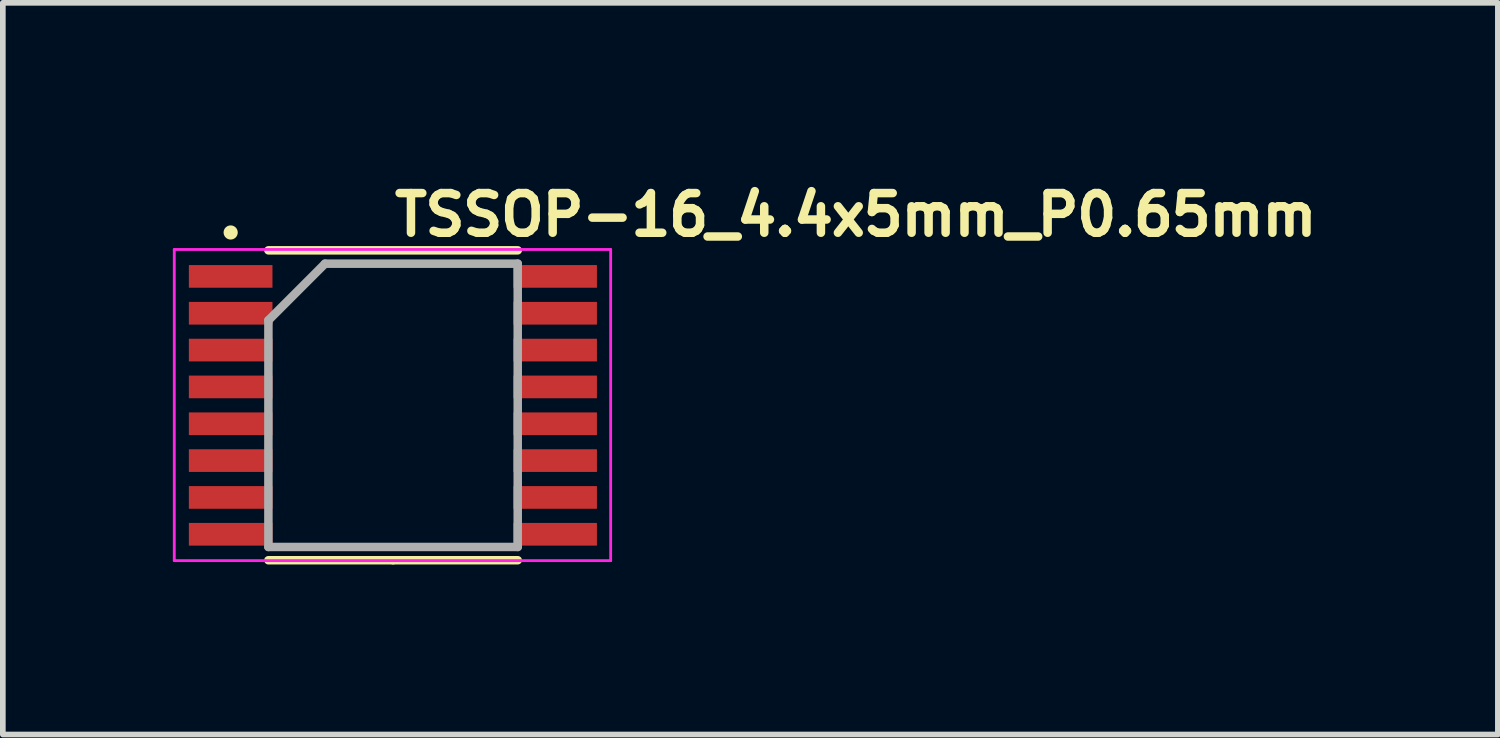
<source format=kicad_pcb>
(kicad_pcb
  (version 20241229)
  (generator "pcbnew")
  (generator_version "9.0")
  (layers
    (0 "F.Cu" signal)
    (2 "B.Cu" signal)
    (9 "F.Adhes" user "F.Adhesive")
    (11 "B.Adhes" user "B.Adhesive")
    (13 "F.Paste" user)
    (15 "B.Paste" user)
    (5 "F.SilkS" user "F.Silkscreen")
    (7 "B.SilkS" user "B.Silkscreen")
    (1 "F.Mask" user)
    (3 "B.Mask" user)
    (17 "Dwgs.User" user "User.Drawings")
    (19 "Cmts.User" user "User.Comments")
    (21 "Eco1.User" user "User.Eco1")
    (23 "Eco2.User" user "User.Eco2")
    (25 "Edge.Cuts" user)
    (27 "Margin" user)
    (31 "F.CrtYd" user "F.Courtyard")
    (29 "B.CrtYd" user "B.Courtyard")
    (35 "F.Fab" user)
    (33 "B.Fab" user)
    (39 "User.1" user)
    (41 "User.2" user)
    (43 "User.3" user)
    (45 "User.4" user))
  (footprint "TSSOP-16_4.4x5mm_P0.65mm"
    (layer "F.Cu")
    (at 3.835 4.102)
    (property "Reference" "TSSOP-16_4.4x5mm_P0.65mm" (at 0.001 -2.952 0) (layer "F.SilkS") (effects (font (size 0.7 0.7) (thickness 0.15)) (justify left bottom)))
    (attr smd)
    (fp_line (start -2.149 -2.735) (end 2.25 -2.735) (stroke (width 0.15) (type solid)) (layer "F.SilkS"))
    (fp_line (start 0.051 2.733) (end -2.149 2.733) (stroke (width 0.15) (type solid)) (layer "F.SilkS"))
    (fp_line (start 0.051 2.733) (end 2.25 2.733) (stroke (width 0.15) (type solid)) (layer "F.SilkS"))
    (fp_circle (center -2.815 -3.05) (end -2.765 -3.05) (stroke (width 0.15) (type solid)) (fill yes) (layer "F.SilkS"))
    (fp_line (start -3.81 -2.75) (end -3.81 2.74) (stroke (width 0.05) (type solid)) (layer "F.CrtYd"))
    (fp_line (start -3.81 2.74) (end 3.89 2.74) (stroke (width 0.05) (type solid)) (layer "F.CrtYd"))
    (fp_line (start 3.89 -2.75) (end -3.81 -2.75) (stroke (width 0.05) (type solid)) (layer "F.CrtYd"))
    (fp_line (start 3.89 2.74) (end 3.89 -2.75) (stroke (width 0.05) (type solid)) (layer "F.CrtYd"))
    (fp_line (start -2.149 -1.5) (end -1.15 -2.5) (stroke (width 0.15) (type solid)) (layer "F.Fab"))
    (fp_line (start -2.149 2.499) (end -2.149 -1.5) (stroke (width 0.15) (type solid)) (layer "F.Fab"))
    (fp_line (start -1.15 -2.5) (end 2.25 -2.5) (stroke (width 0.15) (type solid)) (layer "F.Fab"))
    (fp_line (start 2.25 -2.5) (end 2.25 2.499) (stroke (width 0.15) (type solid)) (layer "F.Fab"))
    (fp_line (start 2.25 2.499) (end -2.149 2.499) (stroke (width 0.15) (type solid)) (layer "F.Fab"))
    (fp_rect (start -3.201 -2.5) (end 3.201 2.499) (stroke (width 0.1) (type solid)) (fill no) (layer "User.5"))
    (fp_line (start -3.201 -2.153) (end -3.201 -2.399) (stroke (width 0.02) (type solid)) (layer "User.9"))
    (fp_line (start -3.201 -1.504) (end -3.201 -1.748) (stroke (width 0.02) (type solid)) (layer "User.9"))
    (fp_line (start -3.201 -0.853) (end -3.201 -1.099) (stroke (width 0.02) (type solid)) (layer "User.9"))
    (fp_line (start -3.201 -0.204) (end -3.201 -0.448) (stroke (width 0.02) (type solid)) (layer "User.9"))
    (fp_line (start -3.201 0.446) (end -3.201 0.202) (stroke (width 0.02) (type solid)) (layer "User.9"))
    (fp_line (start -3.201 1.096) (end -3.201 0.851) (stroke (width 0.02) (type solid)) (layer "User.9"))
    (fp_line (start -3.201 1.747) (end -3.201 1.501) (stroke (width 0.02) (type solid)) (layer "User.9"))
    (fp_line (start -3.201 2.397) (end -3.201 2.152) (stroke (width 0.02) (type solid)) (layer "User.9"))
    (fp_line (start -2.826 -2.399) (end -3.201 -2.399) (stroke (width 0.02) (type solid)) (layer "User.9"))
    (fp_line (start -2.826 -2.153) (end -3.201 -2.153) (stroke (width 0.02) (type solid)) (layer "User.9"))
    (fp_line (start -2.826 -1.748) (end -3.201 -1.748) (stroke (width 0.02) (type solid)) (layer "User.9"))
    (fp_line (start -2.826 -1.504) (end -3.201 -1.504) (stroke (width 0.02) (type solid)) (layer "User.9"))
    (fp_line (start -2.826 -1.099) (end -3.201 -1.099) (stroke (width 0.02) (type solid)) (layer "User.9"))
    (fp_line (start -2.826 -0.853) (end -3.201 -0.853) (stroke (width 0.02) (type solid)) (layer "User.9"))
    (fp_line (start -2.826 -0.448) (end -3.201 -0.448) (stroke (width 0.02) (type solid)) (layer "User.9"))
    (fp_line (start -2.826 -0.204) (end -3.201 -0.204) (stroke (width 0.02) (type solid)) (layer "User.9"))
    (fp_line (start -2.826 0.202) (end -3.201 0.202) (stroke (width 0.02) (type solid)) (layer "User.9"))
    (fp_line (start -2.826 0.446) (end -3.201 0.446) (stroke (width 0.02) (type solid)) (layer "User.9"))
    (fp_line (start -2.826 0.851) (end -3.201 0.851) (stroke (width 0.02) (type solid)) (layer "User.9"))
    (fp_line (start -2.826 1.096) (end -3.201 1.096) (stroke (width 0.02) (type solid)) (layer "User.9"))
    (fp_line (start -2.826 1.501) (end -3.201 1.501) (stroke (width 0.02) (type solid)) (layer "User.9"))
    (fp_line (start -2.826 1.747) (end -3.201 1.747) (stroke (width 0.02) (type solid)) (layer "User.9"))
    (fp_line (start -2.826 2.152) (end -3.201 2.152) (stroke (width 0.02) (type solid)) (layer "User.9"))
    (fp_line (start -2.826 2.397) (end -3.201 2.397) (stroke (width 0.02) (type solid)) (layer "User.9"))
    (fp_line (start -2.724 -2.399) (end -2.826 -2.399) (stroke (width 0.02) (type solid)) (layer "User.9"))
    (fp_line (start -2.724 -2.153) (end -2.826 -2.153) (stroke (width 0.02) (type solid)) (layer "User.9"))
    (fp_line (start -2.724 -1.748) (end -2.826 -1.748) (stroke (width 0.02) (type solid)) (layer "User.9"))
    (fp_line (start -2.724 -1.504) (end -2.826 -1.504) (stroke (width 0.02) (type solid)) (layer "User.9"))
    (fp_line (start -2.724 -1.099) (end -2.826 -1.099) (stroke (width 0.02) (type solid)) (layer "User.9"))
    (fp_line (start -2.724 -0.853) (end -2.826 -0.853) (stroke (width 0.02) (type solid)) (layer "User.9"))
    (fp_line (start -2.724 -0.448) (end -2.826 -0.448) (stroke (width 0.02) (type solid)) (layer "User.9"))
    (fp_line (start -2.724 -0.204) (end -2.826 -0.204) (stroke (width 0.02) (type solid)) (layer "User.9"))
    (fp_line (start -2.724 0.202) (end -2.826 0.202) (stroke (width 0.02) (type solid)) (layer "User.9"))
    (fp_line (start -2.724 0.446) (end -2.826 0.446) (stroke (width 0.02) (type solid)) (layer "User.9"))
    (fp_line (start -2.724 0.851) (end -2.826 0.851) (stroke (width 0.02) (type solid)) (layer "User.9"))
    (fp_line (start -2.724 1.096) (end -2.826 1.096) (stroke (width 0.02) (type solid)) (layer "User.9"))
    (fp_line (start -2.724 1.501) (end -2.826 1.501) (stroke (width 0.02) (type solid)) (layer "User.9"))
    (fp_line (start -2.724 1.747) (end -2.826 1.747) (stroke (width 0.02) (type solid)) (layer "User.9"))
    (fp_line (start -2.724 2.152) (end -2.826 2.152) (stroke (width 0.02) (type solid)) (layer "User.9"))
    (fp_line (start -2.724 2.397) (end -2.826 2.397) (stroke (width 0.02) (type solid)) (layer "User.9"))
    (fp_line (start -2.688 -2.399) (end -2.724 -2.399) (stroke (width 0.02) (type solid)) (layer "User.9"))
    (fp_line (start -2.688 -2.153) (end -2.724 -2.153) (stroke (width 0.02) (type solid)) (layer "User.9"))
    (fp_line (start -2.688 -1.748) (end -2.724 -1.748) (stroke (width 0.02) (type solid)) (layer "User.9"))
    (fp_line (start -2.688 -1.504) (end -2.724 -1.504) (stroke (width 0.02) (type solid)) (layer "User.9"))
    (fp_line (start -2.688 -1.099) (end -2.724 -1.099) (stroke (width 0.02) (type solid)) (layer "User.9"))
    (fp_line (start -2.688 -0.853) (end -2.724 -0.853) (stroke (width 0.02) (type solid)) (layer "User.9"))
    (fp_line (start -2.688 -0.448) (end -2.724 -0.448) (stroke (width 0.02) (type solid)) (layer "User.9"))
    (fp_line (start -2.688 -0.204) (end -2.724 -0.204) (stroke (width 0.02) (type solid)) (layer "User.9"))
    (fp_line (start -2.688 0.202) (end -2.724 0.202) (stroke (width 0.02) (type solid)) (layer "User.9"))
    (fp_line (start -2.688 0.446) (end -2.724 0.446) (stroke (width 0.02) (type solid)) (layer "User.9"))
    (fp_line (start -2.688 0.851) (end -2.724 0.851) (stroke (width 0.02) (type solid)) (layer "User.9"))
    (fp_line (start -2.688 1.096) (end -2.724 1.096) (stroke (width 0.02) (type solid)) (layer "User.9"))
    (fp_line (start -2.688 1.501) (end -2.724 1.501) (stroke (width 0.02) (type solid)) (layer "User.9"))
    (fp_line (start -2.688 1.747) (end -2.724 1.747) (stroke (width 0.02) (type solid)) (layer "User.9"))
    (fp_line (start -2.688 2.152) (end -2.724 2.152) (stroke (width 0.02) (type solid)) (layer "User.9"))
    (fp_line (start -2.688 2.397) (end -2.724 2.397) (stroke (width 0.02) (type solid)) (layer "User.9"))
    (fp_line (start -2.43 -2.399) (end -2.688 -2.399) (stroke (width 0.02) (type solid)) (layer "User.9"))
    (fp_line (start -2.43 -2.153) (end -2.688 -2.153) (stroke (width 0.02) (type solid)) (layer "User.9"))
    (fp_line (start -2.43 -1.748) (end -2.688 -1.748) (stroke (width 0.02) (type solid)) (layer "User.9"))
    (fp_line (start -2.43 -1.504) (end -2.688 -1.504) (stroke (width 0.02) (type solid)) (layer "User.9"))
    (fp_line (start -2.43 -1.099) (end -2.688 -1.099) (stroke (width 0.02) (type solid)) (layer "User.9"))
    (fp_line (start -2.43 -0.853) (end -2.688 -0.853) (stroke (width 0.02) (type solid)) (layer "User.9"))
    (fp_line (start -2.43 -0.448) (end -2.688 -0.448) (stroke (width 0.02) (type solid)) (layer "User.9"))
    (fp_line (start -2.43 -0.204) (end -2.688 -0.204) (stroke (width 0.02) (type solid)) (layer "User.9"))
    (fp_line (start -2.43 0.202) (end -2.688 0.202) (stroke (width 0.02) (type solid)) (layer "User.9"))
    (fp_line (start -2.43 0.446) (end -2.688 0.446) (stroke (width 0.02) (type solid)) (layer "User.9"))
    (fp_line (start -2.43 0.851) (end -2.688 0.851) (stroke (width 0.02) (type solid)) (layer "User.9"))
    (fp_line (start -2.43 1.096) (end -2.688 1.096) (stroke (width 0.02) (type solid)) (layer "User.9"))
    (fp_line (start -2.43 1.501) (end -2.688 1.501) (stroke (width 0.02) (type solid)) (layer "User.9"))
    (fp_line (start -2.43 1.747) (end -2.688 1.747) (stroke (width 0.02) (type solid)) (layer "User.9"))
    (fp_line (start -2.43 2.152) (end -2.688 2.152) (stroke (width 0.02) (type solid)) (layer "User.9"))
    (fp_line (start -2.43 2.397) (end -2.688 2.397) (stroke (width 0.02) (type solid)) (layer "User.9"))
    (fp_line (start -2.201 -2.5) (end -2.201 2.499) (stroke (width 0.02) (type solid)) (layer "User.9"))
    (fp_line (start -2.201 -2.399) (end -2.43 -2.399) (stroke (width 0.02) (type solid)) (layer "User.9"))
    (fp_line (start -2.201 -2.153) (end -2.43 -2.153) (stroke (width 0.02) (type solid)) (layer "User.9"))
    (fp_line (start -2.201 -2.153) (end -2.201 -2.399) (stroke (width 0.02) (type solid)) (layer "User.9"))
    (fp_line (start -2.201 -1.748) (end -2.43 -1.748) (stroke (width 0.02) (type solid)) (layer "User.9"))
    (fp_line (start -2.201 -1.504) (end -2.43 -1.504) (stroke (width 0.02) (type solid)) (layer "User.9"))
    (fp_line (start -2.201 -1.504) (end -2.201 -1.748) (stroke (width 0.02) (type solid)) (layer "User.9"))
    (fp_line (start -2.201 -1.099) (end -2.43 -1.099) (stroke (width 0.02) (type solid)) (layer "User.9"))
    (fp_line (start -2.201 -0.853) (end -2.43 -0.853) (stroke (width 0.02) (type solid)) (layer "User.9"))
    (fp_line (start -2.201 -0.853) (end -2.201 -1.099) (stroke (width 0.02) (type solid)) (layer "User.9"))
    (fp_line (start -2.201 -0.448) (end -2.43 -0.448) (stroke (width 0.02) (type solid)) (layer "User.9"))
    (fp_line (start -2.201 -0.204) (end -2.43 -0.204) (stroke (width 0.02) (type solid)) (layer "User.9"))
    (fp_line (start -2.201 -0.204) (end -2.201 -0.448) (stroke (width 0.02) (type solid)) (layer "User.9"))
    (fp_line (start -2.201 0.202) (end -2.43 0.202) (stroke (width 0.02) (type solid)) (layer "User.9"))
    (fp_line (start -2.201 0.446) (end -2.43 0.446) (stroke (width 0.02) (type solid)) (layer "User.9"))
    (fp_line (start -2.201 0.446) (end -2.201 0.202) (stroke (width 0.02) (type solid)) (layer "User.9"))
    (fp_line (start -2.201 0.851) (end -2.43 0.851) (stroke (width 0.02) (type solid)) (layer "User.9"))
    (fp_line (start -2.201 1.096) (end -2.43 1.096) (stroke (width 0.02) (type solid)) (layer "User.9"))
    (fp_line (start -2.201 1.096) (end -2.201 0.851) (stroke (width 0.02) (type solid)) (layer "User.9"))
    (fp_line (start -2.201 1.501) (end -2.43 1.501) (stroke (width 0.02) (type solid)) (layer "User.9"))
    (fp_line (start -2.201 1.747) (end -2.43 1.747) (stroke (width 0.02) (type solid)) (layer "User.9"))
    (fp_line (start -2.201 1.747) (end -2.201 1.501) (stroke (width 0.02) (type solid)) (layer "User.9"))
    (fp_line (start -2.201 2.152) (end -2.43 2.152) (stroke (width 0.02) (type solid)) (layer "User.9"))
    (fp_line (start -2.201 2.397) (end -2.43 2.397) (stroke (width 0.02) (type solid)) (layer "User.9"))
    (fp_line (start -2.201 2.397) (end -2.201 2.152) (stroke (width 0.02) (type solid)) (layer "User.9"))
    (fp_line (start -2.201 2.499) (end 2.201 2.499) (stroke (width 0.02) (type solid)) (layer "User.9"))
    (fp_line (start -2.136 -2.437) (end -2.201 -2.5) (stroke (width 0.02) (type solid)) (layer "User.9"))
    (fp_line (start -2.136 -2.437) (end -2.136 2.435) (stroke (width 0.02) (type solid)) (layer "User.9"))
    (fp_line (start -2.136 2.435) (end -2.201 2.499) (stroke (width 0.02) (type solid)) (layer "User.9"))
    (fp_line (start -2.136 2.435) (end 2.137 2.435) (stroke (width 0.02) (type solid)) (layer "User.9"))
    (fp_line (start -1.775 -1.819) (end -1.775 -1.801) (stroke (width 0.02) (type solid)) (layer "User.9"))
    (fp_line (start -1.775 -1.819) (end -1.775 -1.801) (stroke (width 0.02) (type solid)) (layer "User.9"))
    (fp_line (start -1.775 -1.801) (end -1.775 -1.784) (stroke (width 0.02) (type solid)) (layer "User.9"))
    (fp_line (start -1.775 -1.801) (end -1.775 -1.784) (stroke (width 0.02) (type solid)) (layer "User.9"))
    (fp_line (start -1.775 -1.784) (end -1.773 -1.766) (stroke (width 0.02) (type solid)) (layer "User.9"))
    (fp_line (start -1.775 -1.784) (end -1.773 -1.766) (stroke (width 0.02) (type solid)) (layer "User.9"))
    (fp_line (start -1.773 -1.837) (end -1.775 -1.819) (stroke (width 0.02) (type solid)) (layer "User.9"))
    (fp_line (start -1.773 -1.837) (end -1.775 -1.819) (stroke (width 0.02) (type solid)) (layer "User.9"))
    (fp_line (start -1.773 -1.766) (end -1.769 -1.748) (stroke (width 0.02) (type solid)) (layer "User.9"))
    (fp_line (start -1.773 -1.766) (end -1.769 -1.748) (stroke (width 0.02) (type solid)) (layer "User.9"))
    (fp_line (start -1.769 -1.855) (end -1.773 -1.837) (stroke (width 0.02) (type solid)) (layer "User.9"))
    (fp_line (start -1.769 -1.855) (end -1.773 -1.837) (stroke (width 0.02) (type solid)) (layer "User.9"))
    (fp_line (start -1.769 -1.748) (end -1.765 -1.73) (stroke (width 0.02) (type solid)) (layer "User.9"))
    (fp_line (start -1.769 -1.748) (end -1.765 -1.73) (stroke (width 0.02) (type solid)) (layer "User.9"))
    (fp_line (start -1.765 -1.871) (end -1.769 -1.855) (stroke (width 0.02) (type solid)) (layer "User.9"))
    (fp_line (start -1.765 -1.871) (end -1.769 -1.855) (stroke (width 0.02) (type solid)) (layer "User.9"))
    (fp_line (start -1.765 -1.73) (end -1.761 -1.714) (stroke (width 0.02) (type solid)) (layer "User.9"))
    (fp_line (start -1.765 -1.73) (end -1.761 -1.714) (stroke (width 0.02) (type solid)) (layer "User.9"))
    (fp_line (start -1.761 -1.889) (end -1.765 -1.871) (stroke (width 0.02) (type solid)) (layer "User.9"))
    (fp_line (start -1.761 -1.889) (end -1.765 -1.871) (stroke (width 0.02) (type solid)) (layer "User.9"))
    (fp_line (start -1.761 -1.714) (end -1.755 -1.696) (stroke (width 0.02) (type solid)) (layer "User.9"))
    (fp_line (start -1.761 -1.714) (end -1.755 -1.696) (stroke (width 0.02) (type solid)) (layer "User.9"))
    (fp_line (start -1.755 -1.905) (end -1.761 -1.889) (stroke (width 0.02) (type solid)) (layer "User.9"))
    (fp_line (start -1.755 -1.905) (end -1.761 -1.889) (stroke (width 0.02) (type solid)) (layer "User.9"))
    (fp_line (start -1.755 -1.696) (end -1.747 -1.68) (stroke (width 0.02) (type solid)) (layer "User.9"))
    (fp_line (start -1.755 -1.696) (end -1.747 -1.68) (stroke (width 0.02) (type solid)) (layer "User.9"))
    (fp_line (start -1.747 -1.922) (end -1.755 -1.905) (stroke (width 0.02) (type solid)) (layer "User.9"))
    (fp_line (start -1.747 -1.922) (end -1.755 -1.905) (stroke (width 0.02) (type solid)) (layer "User.9"))
    (fp_line (start -1.747 -1.68) (end -1.739 -1.663) (stroke (width 0.02) (type solid)) (layer "User.9"))
    (fp_line (start -1.747 -1.68) (end -1.739 -1.663) (stroke (width 0.02) (type solid)) (layer "User.9"))
    (fp_line (start -1.739 -1.938) (end -1.747 -1.922) (stroke (width 0.02) (type solid)) (layer "User.9"))
    (fp_line (start -1.739 -1.938) (end -1.747 -1.922) (stroke (width 0.02) (type solid)) (layer "User.9"))
    (fp_line (start -1.739 -1.938) (end -1.739 -1.938) (stroke (width 0.02) (type solid)) (layer "User.9"))
    (fp_line (start -1.739 -1.938) (end -1.739 -1.938) (stroke (width 0.02) (type solid)) (layer "User.9"))
    (fp_line (start -1.739 -1.663) (end -1.739 -1.663) (stroke (width 0.02) (type solid)) (layer "User.9"))
    (fp_line (start -1.739 -1.663) (end -1.739 -1.663) (stroke (width 0.02) (type solid)) (layer "User.9"))
    (fp_line (start -1.739 -1.663) (end -1.733 -1.655) (stroke (width 0.02) (type solid)) (layer "User.9"))
    (fp_line (start -1.739 -1.663) (end -1.733 -1.655) (stroke (width 0.02) (type solid)) (layer "User.9"))
    (fp_line (start -1.733 -1.655) (end -1.729 -1.647) (stroke (width 0.02) (type solid)) (layer "User.9"))
    (fp_line (start -1.733 -1.655) (end -1.729 -1.647) (stroke (width 0.02) (type solid)) (layer "User.9"))
    (fp_line (start -1.729 -1.954) (end -1.739 -1.938) (stroke (width 0.02) (type solid)) (layer "User.9"))
    (fp_line (start -1.729 -1.954) (end -1.739 -1.938) (stroke (width 0.02) (type solid)) (layer "User.9"))
    (fp_line (start -1.729 -1.647) (end -1.723 -1.641) (stroke (width 0.02) (type solid)) (layer "User.9"))
    (fp_line (start -1.729 -1.647) (end -1.723 -1.641) (stroke (width 0.02) (type solid)) (layer "User.9"))
    (fp_line (start -1.723 -1.641) (end -1.717 -1.633) (stroke (width 0.02) (type solid)) (layer "User.9"))
    (fp_line (start -1.723 -1.641) (end -1.717 -1.633) (stroke (width 0.02) (type solid)) (layer "User.9"))
    (fp_line (start -1.717 -1.968) (end -1.729 -1.954) (stroke (width 0.02) (type solid)) (layer "User.9"))
    (fp_line (start -1.717 -1.968) (end -1.729 -1.954) (stroke (width 0.02) (type solid)) (layer "User.9"))
    (fp_line (start -1.717 -1.633) (end -1.713 -1.627) (stroke (width 0.02) (type solid)) (layer "User.9"))
    (fp_line (start -1.717 -1.633) (end -1.713 -1.627) (stroke (width 0.02) (type solid)) (layer "User.9"))
    (fp_line (start -1.713 -1.627) (end -1.707 -1.619) (stroke (width 0.02) (type solid)) (layer "User.9"))
    (fp_line (start -1.713 -1.627) (end -1.707 -1.619) (stroke (width 0.02) (type solid)) (layer "User.9"))
    (fp_line (start -1.707 -1.982) (end -1.717 -1.968) (stroke (width 0.02) (type solid)) (layer "User.9"))
    (fp_line (start -1.707 -1.982) (end -1.717 -1.968) (stroke (width 0.02) (type solid)) (layer "User.9"))
    (fp_line (start -1.707 -1.619) (end -1.701 -1.613) (stroke (width 0.02) (type solid)) (layer "User.9"))
    (fp_line (start -1.707 -1.619) (end -1.701 -1.613) (stroke (width 0.02) (type solid)) (layer "User.9"))
    (fp_line (start -1.701 -1.613) (end -1.695 -1.607) (stroke (width 0.02) (type solid)) (layer "User.9"))
    (fp_line (start -1.701 -1.613) (end -1.695 -1.607) (stroke (width 0.02) (type solid)) (layer "User.9"))
    (fp_line (start -1.695 -1.996) (end -1.707 -1.982) (stroke (width 0.02) (type solid)) (layer "User.9"))
    (fp_line (start -1.695 -1.996) (end -1.707 -1.982) (stroke (width 0.02) (type solid)) (layer "User.9"))
    (fp_line (start -1.695 -1.607) (end -1.687 -1.599) (stroke (width 0.02) (type solid)) (layer "User.9"))
    (fp_line (start -1.695 -1.607) (end -1.687 -1.599) (stroke (width 0.02) (type solid)) (layer "User.9"))
    (fp_line (start -1.687 -1.599) (end -1.681 -1.593) (stroke (width 0.02) (type solid)) (layer "User.9"))
    (fp_line (start -1.687 -1.599) (end -1.681 -1.593) (stroke (width 0.02) (type solid)) (layer "User.9"))
    (fp_line (start -1.681 -2.008) (end -1.695 -1.996) (stroke (width 0.02) (type solid)) (layer "User.9"))
    (fp_line (start -1.681 -2.008) (end -1.695 -1.996) (stroke (width 0.02) (type solid)) (layer "User.9"))
    (fp_line (start -1.681 -1.593) (end -1.675 -1.589) (stroke (width 0.02) (type solid)) (layer "User.9"))
    (fp_line (start -1.681 -1.593) (end -1.675 -1.589) (stroke (width 0.02) (type solid)) (layer "User.9"))
    (fp_line (start -1.675 -1.589) (end -1.667 -1.583) (stroke (width 0.02) (type solid)) (layer "User.9"))
    (fp_line (start -1.675 -1.589) (end -1.667 -1.583) (stroke (width 0.02) (type solid)) (layer "User.9"))
    (fp_line (start -1.667 -2.02) (end -1.681 -2.008) (stroke (width 0.02) (type solid)) (layer "User.9"))
    (fp_line (start -1.667 -2.02) (end -1.681 -2.008) (stroke (width 0.02) (type solid)) (layer "User.9"))
    (fp_line (start -1.667 -1.583) (end -1.66 -1.577) (stroke (width 0.02) (type solid)) (layer "User.9"))
    (fp_line (start -1.667 -1.583) (end -1.66 -1.577) (stroke (width 0.02) (type solid)) (layer "User.9"))
    (fp_line (start -1.66 -1.577) (end -1.652 -1.573) (stroke (width 0.02) (type solid)) (layer "User.9"))
    (fp_line (start -1.66 -1.577) (end -1.652 -1.573) (stroke (width 0.02) (type solid)) (layer "User.9"))
    (fp_line (start -1.652 -2.029) (end -1.667 -2.02) (stroke (width 0.02) (type solid)) (layer "User.9"))
    (fp_line (start -1.652 -2.029) (end -1.667 -2.02) (stroke (width 0.02) (type solid)) (layer "User.9"))
    (fp_line (start -1.652 -1.573) (end -1.646 -1.567) (stroke (width 0.02) (type solid)) (layer "User.9"))
    (fp_line (start -1.652 -1.573) (end -1.646 -1.567) (stroke (width 0.02) (type solid)) (layer "User.9"))
    (fp_line (start -1.646 -1.567) (end -1.638 -1.563) (stroke (width 0.02) (type solid)) (layer "User.9"))
    (fp_line (start -1.646 -1.567) (end -1.638 -1.563) (stroke (width 0.02) (type solid)) (layer "User.9"))
    (fp_line (start -1.638 -2.04) (end -1.652 -2.029) (stroke (width 0.02) (type solid)) (layer "User.9"))
    (fp_line (start -1.638 -2.04) (end -1.652 -2.029) (stroke (width 0.02) (type solid)) (layer "User.9"))
    (fp_line (start -1.638 -1.563) (end -1.63 -1.559) (stroke (width 0.02) (type solid)) (layer "User.9"))
    (fp_line (start -1.638 -1.563) (end -1.63 -1.559) (stroke (width 0.02) (type solid)) (layer "User.9"))
    (fp_line (start -1.63 -1.559) (end -1.622 -1.555) (stroke (width 0.02) (type solid)) (layer "User.9"))
    (fp_line (start -1.63 -1.559) (end -1.622 -1.555) (stroke (width 0.02) (type solid)) (layer "User.9"))
    (fp_line (start -1.622 -2.048) (end -1.638 -2.04) (stroke (width 0.02) (type solid)) (layer "User.9"))
    (fp_line (start -1.622 -2.048) (end -1.638 -2.04) (stroke (width 0.02) (type solid)) (layer "User.9"))
    (fp_line (start -1.622 -1.555) (end -1.614 -1.551) (stroke (width 0.02) (type solid)) (layer "User.9"))
    (fp_line (start -1.622 -1.555) (end -1.614 -1.551) (stroke (width 0.02) (type solid)) (layer "User.9"))
    (fp_line (start -1.614 -1.551) (end -1.606 -1.547) (stroke (width 0.02) (type solid)) (layer "User.9"))
    (fp_line (start -1.614 -1.551) (end -1.606 -1.547) (stroke (width 0.02) (type solid)) (layer "User.9"))
    (fp_line (start -1.606 -2.054) (end -1.622 -2.048) (stroke (width 0.02) (type solid)) (layer "User.9"))
    (fp_line (start -1.606 -2.054) (end -1.622 -2.048) (stroke (width 0.02) (type solid)) (layer "User.9"))
    (fp_line (start -1.606 -1.547) (end -1.598 -1.543) (stroke (width 0.02) (type solid)) (layer "User.9"))
    (fp_line (start -1.606 -1.547) (end -1.598 -1.543) (stroke (width 0.02) (type solid)) (layer "User.9"))
    (fp_line (start -1.598 -1.543) (end -1.588 -1.541) (stroke (width 0.02) (type solid)) (layer "User.9"))
    (fp_line (start -1.598 -1.543) (end -1.588 -1.541) (stroke (width 0.02) (type solid)) (layer "User.9"))
    (fp_line (start -1.588 -2.061) (end -1.606 -2.054) (stroke (width 0.02) (type solid)) (layer "User.9"))
    (fp_line (start -1.588 -2.061) (end -1.606 -2.054) (stroke (width 0.02) (type solid)) (layer "User.9"))
    (fp_line (start -1.588 -1.541) (end -1.58 -1.537) (stroke (width 0.02) (type solid)) (layer "User.9"))
    (fp_line (start -1.588 -1.541) (end -1.58 -1.537) (stroke (width 0.02) (type solid)) (layer "User.9"))
    (fp_line (start -1.58 -1.537) (end -1.572 -1.536) (stroke (width 0.02) (type solid)) (layer "User.9"))
    (fp_line (start -1.58 -1.537) (end -1.572 -1.536) (stroke (width 0.02) (type solid)) (layer "User.9"))
    (fp_line (start -1.572 -2.066) (end -1.588 -2.061) (stroke (width 0.02) (type solid)) (layer "User.9"))
    (fp_line (start -1.572 -2.066) (end -1.588 -2.061) (stroke (width 0.02) (type solid)) (layer "User.9"))
    (fp_line (start -1.572 -1.536) (end -1.564 -1.534) (stroke (width 0.02) (type solid)) (layer "User.9"))
    (fp_line (start -1.572 -1.536) (end -1.564 -1.534) (stroke (width 0.02) (type solid)) (layer "User.9"))
    (fp_line (start -1.564 -1.534) (end -1.554 -1.532) (stroke (width 0.02) (type solid)) (layer "User.9"))
    (fp_line (start -1.564 -1.534) (end -1.554 -1.532) (stroke (width 0.02) (type solid)) (layer "User.9"))
    (fp_line (start -1.554 -2.07) (end -1.572 -2.066) (stroke (width 0.02) (type solid)) (layer "User.9"))
    (fp_line (start -1.554 -2.07) (end -1.572 -2.066) (stroke (width 0.02) (type solid)) (layer "User.9"))
    (fp_line (start -1.554 -1.532) (end -1.546 -1.53) (stroke (width 0.02) (type solid)) (layer "User.9"))
    (fp_line (start -1.554 -1.532) (end -1.546 -1.53) (stroke (width 0.02) (type solid)) (layer "User.9"))
    (fp_line (start -1.546 -1.53) (end -1.536 -1.528) (stroke (width 0.02) (type solid)) (layer "User.9"))
    (fp_line (start -1.546 -1.53) (end -1.536 -1.528) (stroke (width 0.02) (type solid)) (layer "User.9"))
    (fp_line (start -1.536 -2.073) (end -1.554 -2.07) (stroke (width 0.02) (type solid)) (layer "User.9"))
    (fp_line (start -1.536 -2.073) (end -1.554 -2.07) (stroke (width 0.02) (type solid)) (layer "User.9"))
    (fp_line (start -1.536 -1.528) (end -1.527 -1.528) (stroke (width 0.02) (type solid)) (layer "User.9"))
    (fp_line (start -1.536 -1.528) (end -1.527 -1.528) (stroke (width 0.02) (type solid)) (layer "User.9"))
    (fp_line (start -1.527 -1.528) (end -1.519 -1.526) (stroke (width 0.02) (type solid)) (layer "User.9"))
    (fp_line (start -1.527 -1.528) (end -1.519 -1.526) (stroke (width 0.02) (type solid)) (layer "User.9"))
    (fp_line (start -1.519 -2.076) (end -1.536 -2.073) (stroke (width 0.02) (type solid)) (layer "User.9"))
    (fp_line (start -1.519 -2.076) (end -1.536 -2.073) (stroke (width 0.02) (type solid)) (layer "User.9"))
    (fp_line (start -1.519 -1.526) (end -1.509 -1.526) (stroke (width 0.02) (type solid)) (layer "User.9"))
    (fp_line (start -1.519 -1.526) (end -1.509 -1.526) (stroke (width 0.02) (type solid)) (layer "User.9"))
    (fp_line (start -1.509 -1.526) (end -1.499 -1.526) (stroke (width 0.02) (type solid)) (layer "User.9"))
    (fp_line (start -1.509 -1.526) (end -1.499 -1.526) (stroke (width 0.02) (type solid)) (layer "User.9"))
    (fp_line (start -1.499 -2.077) (end -1.519 -2.076) (stroke (width 0.02) (type solid)) (layer "User.9"))
    (fp_line (start -1.499 -2.077) (end -1.519 -2.076) (stroke (width 0.02) (type solid)) (layer "User.9"))
    (fp_line (start -1.499 -1.526) (end -1.481 -1.526) (stroke (width 0.02) (type solid)) (layer "User.9"))
    (fp_line (start -1.499 -1.526) (end -1.481 -1.526) (stroke (width 0.02) (type solid)) (layer "User.9"))
    (fp_line (start -1.491 -2.076) (end -1.499 -2.077) (stroke (width 0.02) (type solid)) (layer "User.9"))
    (fp_line (start -1.491 -2.076) (end -1.499 -2.077) (stroke (width 0.02) (type solid)) (layer "User.9"))
    (fp_line (start -1.481 -2.076) (end -1.491 -2.076) (stroke (width 0.02) (type solid)) (layer "User.9"))
    (fp_line (start -1.481 -2.076) (end -1.491 -2.076) (stroke (width 0.02) (type solid)) (layer "User.9"))
    (fp_line (start -1.481 -1.526) (end -1.463 -1.528) (stroke (width 0.02) (type solid)) (layer "User.9"))
    (fp_line (start -1.481 -1.526) (end -1.463 -1.528) (stroke (width 0.02) (type solid)) (layer "User.9"))
    (fp_line (start -1.473 -2.074) (end -1.481 -2.076) (stroke (width 0.02) (type solid)) (layer "User.9"))
    (fp_line (start -1.473 -2.074) (end -1.481 -2.076) (stroke (width 0.02) (type solid)) (layer "User.9"))
    (fp_line (start -1.463 -2.073) (end -1.473 -2.074) (stroke (width 0.02) (type solid)) (layer "User.9"))
    (fp_line (start -1.463 -2.073) (end -1.473 -2.074) (stroke (width 0.02) (type solid)) (layer "User.9"))
    (fp_line (start -1.463 -1.528) (end -1.445 -1.532) (stroke (width 0.02) (type solid)) (layer "User.9"))
    (fp_line (start -1.463 -1.528) (end -1.445 -1.532) (stroke (width 0.02) (type solid)) (layer "User.9"))
    (fp_line (start -1.455 -2.073) (end -1.463 -2.073) (stroke (width 0.02) (type solid)) (layer "User.9"))
    (fp_line (start -1.455 -2.073) (end -1.463 -2.073) (stroke (width 0.02) (type solid)) (layer "User.9"))
    (fp_line (start -1.445 -2.07) (end -1.455 -2.073) (stroke (width 0.02) (type solid)) (layer "User.9"))
    (fp_line (start -1.445 -2.07) (end -1.455 -2.073) (stroke (width 0.02) (type solid)) (layer "User.9"))
    (fp_line (start -1.445 -1.532) (end -1.429 -1.536) (stroke (width 0.02) (type solid)) (layer "User.9"))
    (fp_line (start -1.445 -1.532) (end -1.429 -1.536) (stroke (width 0.02) (type solid)) (layer "User.9"))
    (fp_line (start -1.437 -2.069) (end -1.445 -2.07) (stroke (width 0.02) (type solid)) (layer "User.9"))
    (fp_line (start -1.437 -2.069) (end -1.445 -2.07) (stroke (width 0.02) (type solid)) (layer "User.9"))
    (fp_line (start -1.429 -2.066) (end -1.437 -2.069) (stroke (width 0.02) (type solid)) (layer "User.9"))
    (fp_line (start -1.429 -2.066) (end -1.437 -2.069) (stroke (width 0.02) (type solid)) (layer "User.9"))
    (fp_line (start -1.429 -1.536) (end -1.411 -1.541) (stroke (width 0.02) (type solid)) (layer "User.9"))
    (fp_line (start -1.429 -1.536) (end -1.411 -1.541) (stroke (width 0.02) (type solid)) (layer "User.9"))
    (fp_line (start -1.419 -2.065) (end -1.429 -2.066) (stroke (width 0.02) (type solid)) (layer "User.9"))
    (fp_line (start -1.419 -2.065) (end -1.429 -2.066) (stroke (width 0.02) (type solid)) (layer "User.9"))
    (fp_line (start -1.411 -2.061) (end -1.419 -2.065) (stroke (width 0.02) (type solid)) (layer "User.9"))
    (fp_line (start -1.411 -2.061) (end -1.419 -2.065) (stroke (width 0.02) (type solid)) (layer "User.9"))
    (fp_line (start -1.411 -1.541) (end -1.394 -1.547) (stroke (width 0.02) (type solid)) (layer "User.9"))
    (fp_line (start -1.411 -1.541) (end -1.394 -1.547) (stroke (width 0.02) (type solid)) (layer "User.9"))
    (fp_line (start -1.402 -2.058) (end -1.411 -2.061) (stroke (width 0.02) (type solid)) (layer "User.9"))
    (fp_line (start -1.402 -2.058) (end -1.411 -2.061) (stroke (width 0.02) (type solid)) (layer "User.9"))
    (fp_line (start -1.394 -2.054) (end -1.402 -2.058) (stroke (width 0.02) (type solid)) (layer "User.9"))
    (fp_line (start -1.394 -2.054) (end -1.402 -2.058) (stroke (width 0.02) (type solid)) (layer "User.9"))
    (fp_line (start -1.394 -1.547) (end -1.378 -1.555) (stroke (width 0.02) (type solid)) (layer "User.9"))
    (fp_line (start -1.394 -1.547) (end -1.378 -1.555) (stroke (width 0.02) (type solid)) (layer "User.9"))
    (fp_line (start -1.386 -2.052) (end -1.394 -2.054) (stroke (width 0.02) (type solid)) (layer "User.9"))
    (fp_line (start -1.386 -2.052) (end -1.394 -2.054) (stroke (width 0.02) (type solid)) (layer "User.9"))
    (fp_line (start -1.378 -2.048) (end -1.386 -2.052) (stroke (width 0.02) (type solid)) (layer "User.9"))
    (fp_line (start -1.378 -2.048) (end -1.386 -2.052) (stroke (width 0.02) (type solid)) (layer "User.9"))
    (fp_line (start -1.378 -1.555) (end -1.362 -1.563) (stroke (width 0.02) (type solid)) (layer "User.9"))
    (fp_line (start -1.378 -1.555) (end -1.362 -1.563) (stroke (width 0.02) (type solid)) (layer "User.9"))
    (fp_line (start -1.37 -2.044) (end -1.378 -2.048) (stroke (width 0.02) (type solid)) (layer "User.9"))
    (fp_line (start -1.37 -2.044) (end -1.378 -2.048) (stroke (width 0.02) (type solid)) (layer "User.9"))
    (fp_line (start -1.362 -2.04) (end -1.37 -2.044) (stroke (width 0.02) (type solid)) (layer "User.9"))
    (fp_line (start -1.362 -2.04) (end -1.37 -2.044) (stroke (width 0.02) (type solid)) (layer "User.9"))
    (fp_line (start -1.362 -1.563) (end -1.348 -1.573) (stroke (width 0.02) (type solid)) (layer "User.9"))
    (fp_line (start -1.362 -1.563) (end -1.348 -1.573) (stroke (width 0.02) (type solid)) (layer "User.9"))
    (fp_line (start -1.354 -2.035) (end -1.362 -2.04) (stroke (width 0.02) (type solid)) (layer "User.9"))
    (fp_line (start -1.354 -2.035) (end -1.362 -2.04) (stroke (width 0.02) (type solid)) (layer "User.9"))
    (fp_line (start -1.348 -2.029) (end -1.354 -2.035) (stroke (width 0.02) (type solid)) (layer "User.9"))
    (fp_line (start -1.348 -2.029) (end -1.354 -2.035) (stroke (width 0.02) (type solid)) (layer "User.9"))
    (fp_line (start -1.348 -1.573) (end -1.332 -1.583) (stroke (width 0.02) (type solid)) (layer "User.9"))
    (fp_line (start -1.348 -1.573) (end -1.332 -1.583) (stroke (width 0.02) (type solid)) (layer "User.9"))
    (fp_line (start -1.34 -2.024) (end -1.348 -2.029) (stroke (width 0.02) (type solid)) (layer "User.9"))
    (fp_line (start -1.34 -2.024) (end -1.348 -2.029) (stroke (width 0.02) (type solid)) (layer "User.9"))
    (fp_line (start -1.332 -2.02) (end -1.34 -2.024) (stroke (width 0.02) (type solid)) (layer "User.9"))
    (fp_line (start -1.332 -2.02) (end -1.34 -2.024) (stroke (width 0.02) (type solid)) (layer "User.9"))
    (fp_line (start -1.332 -1.583) (end -1.32 -1.593) (stroke (width 0.02) (type solid)) (layer "User.9"))
    (fp_line (start -1.332 -1.583) (end -1.32 -1.593) (stroke (width 0.02) (type solid)) (layer "User.9"))
    (fp_line (start -1.326 -2.013) (end -1.332 -2.02) (stroke (width 0.02) (type solid)) (layer "User.9"))
    (fp_line (start -1.326 -2.013) (end -1.332 -2.02) (stroke (width 0.02) (type solid)) (layer "User.9"))
    (fp_line (start -1.32 -2.008) (end -1.326 -2.013) (stroke (width 0.02) (type solid)) (layer "User.9"))
    (fp_line (start -1.32 -2.008) (end -1.326 -2.013) (stroke (width 0.02) (type solid)) (layer "User.9"))
    (fp_line (start -1.32 -1.593) (end -1.306 -1.607) (stroke (width 0.02) (type solid)) (layer "User.9"))
    (fp_line (start -1.32 -1.593) (end -1.306 -1.607) (stroke (width 0.02) (type solid)) (layer "User.9"))
    (fp_line (start -1.312 -2.003) (end -1.32 -2.008) (stroke (width 0.02) (type solid)) (layer "User.9"))
    (fp_line (start -1.312 -2.003) (end -1.32 -2.008) (stroke (width 0.02) (type solid)) (layer "User.9"))
    (fp_line (start -1.306 -1.996) (end -1.312 -2.003) (stroke (width 0.02) (type solid)) (layer "User.9"))
    (fp_line (start -1.306 -1.996) (end -1.312 -2.003) (stroke (width 0.02) (type solid)) (layer "User.9"))
    (fp_line (start -1.306 -1.607) (end -1.294 -1.619) (stroke (width 0.02) (type solid)) (layer "User.9"))
    (fp_line (start -1.306 -1.607) (end -1.294 -1.619) (stroke (width 0.02) (type solid)) (layer "User.9"))
    (fp_line (start -1.3 -1.99) (end -1.306 -1.996) (stroke (width 0.02) (type solid)) (layer "User.9"))
    (fp_line (start -1.3 -1.99) (end -1.306 -1.996) (stroke (width 0.02) (type solid)) (layer "User.9"))
    (fp_line (start -1.294 -1.982) (end -1.3 -1.99) (stroke (width 0.02) (type solid)) (layer "User.9"))
    (fp_line (start -1.294 -1.982) (end -1.3 -1.99) (stroke (width 0.02) (type solid)) (layer "User.9"))
    (fp_line (start -1.294 -1.619) (end -1.282 -1.633) (stroke (width 0.02) (type solid)) (layer "User.9"))
    (fp_line (start -1.294 -1.619) (end -1.282 -1.633) (stroke (width 0.02) (type solid)) (layer "User.9"))
    (fp_line (start -1.288 -1.976) (end -1.294 -1.982) (stroke (width 0.02) (type solid)) (layer "User.9"))
    (fp_line (start -1.288 -1.976) (end -1.294 -1.982) (stroke (width 0.02) (type solid)) (layer "User.9"))
    (fp_line (start -1.282 -1.968) (end -1.288 -1.976) (stroke (width 0.02) (type solid)) (layer "User.9"))
    (fp_line (start -1.282 -1.968) (end -1.288 -1.976) (stroke (width 0.02) (type solid)) (layer "User.9"))
    (fp_line (start -1.282 -1.633) (end -1.271 -1.647) (stroke (width 0.02) (type solid)) (layer "User.9"))
    (fp_line (start -1.282 -1.633) (end -1.271 -1.647) (stroke (width 0.02) (type solid)) (layer "User.9"))
    (fp_line (start -1.277 -1.962) (end -1.282 -1.968) (stroke (width 0.02) (type solid)) (layer "User.9"))
    (fp_line (start -1.277 -1.962) (end -1.282 -1.968) (stroke (width 0.02) (type solid)) (layer "User.9"))
    (fp_line (start -1.271 -1.954) (end -1.277 -1.962) (stroke (width 0.02) (type solid)) (layer "User.9"))
    (fp_line (start -1.271 -1.954) (end -1.277 -1.962) (stroke (width 0.02) (type solid)) (layer "User.9"))
    (fp_line (start -1.271 -1.647) (end -1.261 -1.663) (stroke (width 0.02) (type solid)) (layer "User.9"))
    (fp_line (start -1.271 -1.647) (end -1.261 -1.663) (stroke (width 0.02) (type solid)) (layer "User.9"))
    (fp_line (start -1.267 -1.946) (end -1.271 -1.954) (stroke (width 0.02) (type solid)) (layer "User.9"))
    (fp_line (start -1.267 -1.946) (end -1.271 -1.954) (stroke (width 0.02) (type solid)) (layer "User.9"))
    (fp_line (start -1.261 -1.938) (end -1.267 -1.946) (stroke (width 0.02) (type solid)) (layer "User.9"))
    (fp_line (start -1.261 -1.938) (end -1.267 -1.946) (stroke (width 0.02) (type solid)) (layer "User.9"))
    (fp_line (start -1.261 -1.938) (end -1.261 -1.938) (stroke (width 0.02) (type solid)) (layer "User.9"))
    (fp_line (start -1.261 -1.938) (end -1.261 -1.938) (stroke (width 0.02) (type solid)) (layer "User.9"))
    (fp_line (start -1.261 -1.663) (end -1.261 -1.663) (stroke (width 0.02) (type solid)) (layer "User.9"))
    (fp_line (start -1.261 -1.663) (end -1.261 -1.663) (stroke (width 0.02) (type solid)) (layer "User.9"))
    (fp_line (start -1.261 -1.663) (end -1.253 -1.68) (stroke (width 0.02) (type solid)) (layer "User.9"))
    (fp_line (start -1.261 -1.663) (end -1.253 -1.68) (stroke (width 0.02) (type solid)) (layer "User.9"))
    (fp_line (start -1.253 -1.922) (end -1.261 -1.938) (stroke (width 0.02) (type solid)) (layer "User.9"))
    (fp_line (start -1.253 -1.922) (end -1.261 -1.938) (stroke (width 0.02) (type solid)) (layer "User.9"))
    (fp_line (start -1.253 -1.68) (end -1.245 -1.696) (stroke (width 0.02) (type solid)) (layer "User.9"))
    (fp_line (start -1.253 -1.68) (end -1.245 -1.696) (stroke (width 0.02) (type solid)) (layer "User.9"))
    (fp_line (start -1.245 -1.905) (end -1.253 -1.922) (stroke (width 0.02) (type solid)) (layer "User.9"))
    (fp_line (start -1.245 -1.905) (end -1.253 -1.922) (stroke (width 0.02) (type solid)) (layer "User.9"))
    (fp_line (start -1.245 -1.696) (end -1.239 -1.714) (stroke (width 0.02) (type solid)) (layer "User.9"))
    (fp_line (start -1.245 -1.696) (end -1.239 -1.714) (stroke (width 0.02) (type solid)) (layer "User.9"))
    (fp_line (start -1.239 -1.889) (end -1.245 -1.905) (stroke (width 0.02) (type solid)) (layer "User.9"))
    (fp_line (start -1.239 -1.889) (end -1.245 -1.905) (stroke (width 0.02) (type solid)) (layer "User.9"))
    (fp_line (start -1.239 -1.714) (end -1.235 -1.73) (stroke (width 0.02) (type solid)) (layer "User.9"))
    (fp_line (start -1.239 -1.714) (end -1.235 -1.73) (stroke (width 0.02) (type solid)) (layer "User.9"))
    (fp_line (start -1.235 -1.871) (end -1.239 -1.889) (stroke (width 0.02) (type solid)) (layer "User.9"))
    (fp_line (start -1.235 -1.871) (end -1.239 -1.889) (stroke (width 0.02) (type solid)) (layer "User.9"))
    (fp_line (start -1.235 -1.73) (end -1.231 -1.748) (stroke (width 0.02) (type solid)) (layer "User.9"))
    (fp_line (start -1.235 -1.73) (end -1.231 -1.748) (stroke (width 0.02) (type solid)) (layer "User.9"))
    (fp_line (start -1.231 -1.855) (end -1.235 -1.871) (stroke (width 0.02) (type solid)) (layer "User.9"))
    (fp_line (start -1.231 -1.855) (end -1.235 -1.871) (stroke (width 0.02) (type solid)) (layer "User.9"))
    (fp_line (start -1.231 -1.748) (end -1.227 -1.766) (stroke (width 0.02) (type solid)) (layer "User.9"))
    (fp_line (start -1.231 -1.748) (end -1.227 -1.766) (stroke (width 0.02) (type solid)) (layer "User.9"))
    (fp_line (start -1.227 -1.837) (end -1.231 -1.855) (stroke (width 0.02) (type solid)) (layer "User.9"))
    (fp_line (start -1.227 -1.837) (end -1.231 -1.855) (stroke (width 0.02) (type solid)) (layer "User.9"))
    (fp_line (start -1.227 -1.766) (end -1.225 -1.784) (stroke (width 0.02) (type solid)) (layer "User.9"))
    (fp_line (start -1.227 -1.766) (end -1.225 -1.784) (stroke (width 0.02) (type solid)) (layer "User.9"))
    (fp_line (start -1.225 -1.819) (end -1.227 -1.837) (stroke (width 0.02) (type solid)) (layer "User.9"))
    (fp_line (start -1.225 -1.819) (end -1.227 -1.837) (stroke (width 0.02) (type solid)) (layer "User.9"))
    (fp_line (start -1.225 -1.801) (end -1.225 -1.819) (stroke (width 0.02) (type solid)) (layer "User.9"))
    (fp_line (start -1.225 -1.801) (end -1.225 -1.819) (stroke (width 0.02) (type solid)) (layer "User.9"))
    (fp_line (start -1.225 -1.784) (end -1.225 -1.801) (stroke (width 0.02) (type solid)) (layer "User.9"))
    (fp_line (start -1.225 -1.784) (end -1.225 -1.801) (stroke (width 0.02) (type solid)) (layer "User.9"))
    (fp_line (start 2.137 -2.437) (end -2.136 -2.437) (stroke (width 0.02) (type solid)) (layer "User.9"))
    (fp_line (start 2.137 -2.437) (end 2.201 -2.5) (stroke (width 0.02) (type solid)) (layer "User.9"))
    (fp_line (start 2.137 2.435) (end 2.137 -2.437) (stroke (width 0.02) (type solid)) (layer "User.9"))
    (fp_line (start 2.137 2.435) (end 2.201 2.499) (stroke (width 0.02) (type solid)) (layer "User.9"))
    (fp_line (start 2.201 -2.5) (end -2.201 -2.5) (stroke (width 0.02) (type solid)) (layer "User.9"))
    (fp_line (start 2.201 -2.153) (end 2.201 -2.399) (stroke (width 0.02) (type solid)) (layer "User.9"))
    (fp_line (start 2.201 -1.504) (end 2.201 -1.748) (stroke (width 0.02) (type solid)) (layer "User.9"))
    (fp_line (start 2.201 -0.853) (end 2.201 -1.099) (stroke (width 0.02) (type solid)) (layer "User.9"))
    (fp_line (start 2.201 -0.204) (end 2.201 -0.448) (stroke (width 0.02) (type solid)) (layer "User.9"))
    (fp_line (start 2.201 0.446) (end 2.201 0.202) (stroke (width 0.02) (type solid)) (layer "User.9"))
    (fp_line (start 2.201 1.096) (end 2.201 0.851) (stroke (width 0.02) (type solid)) (layer "User.9"))
    (fp_line (start 2.201 1.747) (end 2.201 1.501) (stroke (width 0.02) (type solid)) (layer "User.9"))
    (fp_line (start 2.201 2.397) (end 2.201 2.152) (stroke (width 0.02) (type solid)) (layer "User.9"))
    (fp_line (start 2.201 2.499) (end 2.201 -2.5) (stroke (width 0.02) (type solid)) (layer "User.9"))
    (fp_line (start 2.43 -2.399) (end 2.201 -2.399) (stroke (width 0.02) (type solid)) (layer "User.9"))
    (fp_line (start 2.43 -2.153) (end 2.201 -2.153) (stroke (width 0.02) (type solid)) (layer "User.9"))
    (fp_line (start 2.43 -1.748) (end 2.201 -1.748) (stroke (width 0.02) (type solid)) (layer "User.9"))
    (fp_line (start 2.43 -1.504) (end 2.201 -1.504) (stroke (width 0.02) (type solid)) (layer "User.9"))
    (fp_line (start 2.43 -1.099) (end 2.201 -1.099) (stroke (width 0.02) (type solid)) (layer "User.9"))
    (fp_line (start 2.43 -0.853) (end 2.201 -0.853) (stroke (width 0.02) (type solid)) (layer "User.9"))
    (fp_line (start 2.43 -0.448) (end 2.201 -0.448) (stroke (width 0.02) (type solid)) (layer "User.9"))
    (fp_line (start 2.43 -0.204) (end 2.201 -0.204) (stroke (width 0.02) (type solid)) (layer "User.9"))
    (fp_line (start 2.43 0.202) (end 2.201 0.202) (stroke (width 0.02) (type solid)) (layer "User.9"))
    (fp_line (start 2.43 0.446) (end 2.201 0.446) (stroke (width 0.02) (type solid)) (layer "User.9"))
    (fp_line (start 2.43 0.851) (end 2.201 0.851) (stroke (width 0.02) (type solid)) (layer "User.9"))
    (fp_line (start 2.43 1.096) (end 2.201 1.096) (stroke (width 0.02) (type solid)) (layer "User.9"))
    (fp_line (start 2.43 1.501) (end 2.201 1.501) (stroke (width 0.02) (type solid)) (layer "User.9"))
    (fp_line (start 2.43 1.747) (end 2.201 1.747) (stroke (width 0.02) (type solid)) (layer "User.9"))
    (fp_line (start 2.43 2.152) (end 2.201 2.152) (stroke (width 0.02) (type solid)) (layer "User.9"))
    (fp_line (start 2.43 2.397) (end 2.201 2.397) (stroke (width 0.02) (type solid)) (layer "User.9"))
    (fp_line (start 2.688 -2.399) (end 2.43 -2.399) (stroke (width 0.02) (type solid)) (layer "User.9"))
    (fp_line (start 2.688 -2.153) (end 2.43 -2.153) (stroke (width 0.02) (type solid)) (layer "User.9"))
    (fp_line (start 2.688 -1.748) (end 2.43 -1.748) (stroke (width 0.02) (type solid)) (layer "User.9"))
    (fp_line (start 2.688 -1.504) (end 2.43 -1.504) (stroke (width 0.02) (type solid)) (layer "User.9"))
    (fp_line (start 2.688 -1.099) (end 2.43 -1.099) (stroke (width 0.02) (type solid)) (layer "User.9"))
    (fp_line (start 2.688 -0.853) (end 2.43 -0.853) (stroke (width 0.02) (type solid)) (layer "User.9"))
    (fp_line (start 2.688 -0.448) (end 2.43 -0.448) (stroke (width 0.02) (type solid)) (layer "User.9"))
    (fp_line (start 2.688 -0.204) (end 2.43 -0.204) (stroke (width 0.02) (type solid)) (layer "User.9"))
    (fp_line (start 2.688 0.202) (end 2.43 0.202) (stroke (width 0.02) (type solid)) (layer "User.9"))
    (fp_line (start 2.688 0.446) (end 2.43 0.446) (stroke (width 0.02) (type solid)) (layer "User.9"))
    (fp_line (start 2.688 0.851) (end 2.43 0.851) (stroke (width 0.02) (type solid)) (layer "User.9"))
    (fp_line (start 2.688 1.096) (end 2.43 1.096) (stroke (width 0.02) (type solid)) (layer "User.9"))
    (fp_line (start 2.688 1.501) (end 2.43 1.501) (stroke (width 0.02) (type solid)) (layer "User.9"))
    (fp_line (start 2.688 1.747) (end 2.43 1.747) (stroke (width 0.02) (type solid)) (layer "User.9"))
    (fp_line (start 2.688 2.152) (end 2.43 2.152) (stroke (width 0.02) (type solid)) (layer "User.9"))
    (fp_line (start 2.688 2.397) (end 2.43 2.397) (stroke (width 0.02) (type solid)) (layer "User.9"))
    (fp_line (start 2.723 -2.399) (end 2.688 -2.399) (stroke (width 0.02) (type solid)) (layer "User.9"))
    (fp_line (start 2.723 -2.153) (end 2.688 -2.153) (stroke (width 0.02) (type solid)) (layer "User.9"))
    (fp_line (start 2.723 -1.748) (end 2.688 -1.748) (stroke (width 0.02) (type solid)) (layer "User.9"))
    (fp_line (start 2.723 -1.504) (end 2.688 -1.504) (stroke (width 0.02) (type solid)) (layer "User.9"))
    (fp_line (start 2.723 -1.099) (end 2.688 -1.099) (stroke (width 0.02) (type solid)) (layer "User.9"))
    (fp_line (start 2.723 -0.853) (end 2.688 -0.853) (stroke (width 0.02) (type solid)) (layer "User.9"))
    (fp_line (start 2.723 -0.448) (end 2.688 -0.448) (stroke (width 0.02) (type solid)) (layer "User.9"))
    (fp_line (start 2.723 -0.204) (end 2.688 -0.204) (stroke (width 0.02) (type solid)) (layer "User.9"))
    (fp_line (start 2.723 0.202) (end 2.688 0.202) (stroke (width 0.02) (type solid)) (layer "User.9"))
    (fp_line (start 2.723 0.446) (end 2.688 0.446) (stroke (width 0.02) (type solid)) (layer "User.9"))
    (fp_line (start 2.723 0.851) (end 2.688 0.851) (stroke (width 0.02) (type solid)) (layer "User.9"))
    (fp_line (start 2.723 1.096) (end 2.688 1.096) (stroke (width 0.02) (type solid)) (layer "User.9"))
    (fp_line (start 2.723 1.501) (end 2.688 1.501) (stroke (width 0.02) (type solid)) (layer "User.9"))
    (fp_line (start 2.723 1.747) (end 2.688 1.747) (stroke (width 0.02) (type solid)) (layer "User.9"))
    (fp_line (start 2.723 2.152) (end 2.688 2.152) (stroke (width 0.02) (type solid)) (layer "User.9"))
    (fp_line (start 2.723 2.397) (end 2.688 2.397) (stroke (width 0.02) (type solid)) (layer "User.9"))
    (fp_line (start 2.826 -2.399) (end 2.723 -2.399) (stroke (width 0.02) (type solid)) (layer "User.9"))
    (fp_line (start 2.826 -2.153) (end 2.723 -2.153) (stroke (width 0.02) (type solid)) (layer "User.9"))
    (fp_line (start 2.826 -1.748) (end 2.723 -1.748) (stroke (width 0.02) (type solid)) (layer "User.9"))
    (fp_line (start 2.826 -1.504) (end 2.723 -1.504) (stroke (width 0.02) (type solid)) (layer "User.9"))
    (fp_line (start 2.826 -1.099) (end 2.723 -1.099) (stroke (width 0.02) (type solid)) (layer "User.9"))
    (fp_line (start 2.826 -0.853) (end 2.723 -0.853) (stroke (width 0.02) (type solid)) (layer "User.9"))
    (fp_line (start 2.826 -0.448) (end 2.723 -0.448) (stroke (width 0.02) (type solid)) (layer "User.9"))
    (fp_line (start 2.826 -0.204) (end 2.723 -0.204) (stroke (width 0.02) (type solid)) (layer "User.9"))
    (fp_line (start 2.826 0.202) (end 2.723 0.202) (stroke (width 0.02) (type solid)) (layer "User.9"))
    (fp_line (start 2.826 0.446) (end 2.723 0.446) (stroke (width 0.02) (type solid)) (layer "User.9"))
    (fp_line (start 2.826 0.851) (end 2.723 0.851) (stroke (width 0.02) (type solid)) (layer "User.9"))
    (fp_line (start 2.826 1.096) (end 2.723 1.096) (stroke (width 0.02) (type solid)) (layer "User.9"))
    (fp_line (start 2.826 1.501) (end 2.723 1.501) (stroke (width 0.02) (type solid)) (layer "User.9"))
    (fp_line (start 2.826 1.747) (end 2.723 1.747) (stroke (width 0.02) (type solid)) (layer "User.9"))
    (fp_line (start 2.826 2.152) (end 2.723 2.152) (stroke (width 0.02) (type solid)) (layer "User.9"))
    (fp_line (start 2.826 2.397) (end 2.723 2.397) (stroke (width 0.02) (type solid)) (layer "User.9"))
    (fp_line (start 3.201 -2.399) (end 2.826 -2.399) (stroke (width 0.02) (type solid)) (layer "User.9"))
    (fp_line (start 3.201 -2.153) (end 2.826 -2.153) (stroke (width 0.02) (type solid)) (layer "User.9"))
    (fp_line (start 3.201 -2.153) (end 3.201 -2.399) (stroke (width 0.02) (type solid)) (layer "User.9"))
    (fp_line (start 3.201 -1.748) (end 2.826 -1.748) (stroke (width 0.02) (type solid)) (layer "User.9"))
    (fp_line (start 3.201 -1.504) (end 2.826 -1.504) (stroke (width 0.02) (type solid)) (layer "User.9"))
    (fp_line (start 3.201 -1.504) (end 3.201 -1.748) (stroke (width 0.02) (type solid)) (layer "User.9"))
    (fp_line (start 3.201 -1.099) (end 2.826 -1.099) (stroke (width 0.02) (type solid)) (layer "User.9"))
    (fp_line (start 3.201 -0.853) (end 2.826 -0.853) (stroke (width 0.02) (type solid)) (layer "User.9"))
    (fp_line (start 3.201 -0.853) (end 3.201 -1.099) (stroke (width 0.02) (type solid)) (layer "User.9"))
    (fp_line (start 3.201 -0.448) (end 2.826 -0.448) (stroke (width 0.02) (type solid)) (layer "User.9"))
    (fp_line (start 3.201 -0.204) (end 2.826 -0.204) (stroke (width 0.02) (type solid)) (layer "User.9"))
    (fp_line (start 3.201 -0.204) (end 3.201 -0.448) (stroke (width 0.02) (type solid)) (layer "User.9"))
    (fp_line (start 3.201 0.202) (end 2.826 0.202) (stroke (width 0.02) (type solid)) (layer "User.9"))
    (fp_line (start 3.201 0.446) (end 2.826 0.446) (stroke (width 0.02) (type solid)) (layer "User.9"))
    (fp_line (start 3.201 0.446) (end 3.201 0.202) (stroke (width 0.02) (type solid)) (layer "User.9"))
    (fp_line (start 3.201 0.851) (end 2.826 0.851) (stroke (width 0.02) (type solid)) (layer "User.9"))
    (fp_line (start 3.201 1.096) (end 2.826 1.096) (stroke (width 0.02) (type solid)) (layer "User.9"))
    (fp_line (start 3.201 1.096) (end 3.201 0.851) (stroke (width 0.02) (type solid)) (layer "User.9"))
    (fp_line (start 3.201 1.501) (end 2.826 1.501) (stroke (width 0.02) (type solid)) (layer "User.9"))
    (fp_line (start 3.201 1.747) (end 2.826 1.747) (stroke (width 0.02) (type solid)) (layer "User.9"))
    (fp_line (start 3.201 1.747) (end 3.201 1.501) (stroke (width 0.02) (type solid)) (layer "User.9"))
    (fp_line (start 3.201 2.152) (end 2.826 2.152) (stroke (width 0.02) (type solid)) (layer "User.9"))
    (fp_line (start 3.201 2.397) (end 2.826 2.397) (stroke (width 0.02) (type solid)) (layer "User.9"))
    (fp_line (start 3.201 2.397) (end 3.201 2.152) (stroke (width 0.02) (type solid)) (layer "User.9"))
    (pad "1" smd rect (at -2.815 -2.275) (size 1.475 0.4) (layers "F.Cu" "F.Mask" "F.Paste"))
    (pad "2" smd rect (at -2.815 -1.625) (size 1.475 0.4) (layers "F.Cu" "F.Mask" "F.Paste"))
    (pad "3" smd rect (at -2.815 -0.975) (size 1.475 0.4) (layers "F.Cu" "F.Mask" "F.Paste"))
    (pad "4" smd rect (at -2.815 -0.325) (size 1.475 0.4) (layers "F.Cu" "F.Mask" "F.Paste"))
    (pad "5" smd rect (at -2.815 0.325) (size 1.475 0.4) (layers "F.Cu" "F.Mask" "F.Paste"))
    (pad "6" smd rect (at -2.815 0.975) (size 1.475 0.4) (layers "F.Cu" "F.Mask" "F.Paste"))
    (pad "7" smd rect (at -2.815 1.625) (size 1.475 0.4) (layers "F.Cu" "F.Mask" "F.Paste"))
    (pad "8" smd rect (at -2.815 2.275) (size 1.475 0.4) (layers "F.Cu" "F.Mask" "F.Paste"))
    (pad "9" smd rect (at 2.91 2.275) (size 1.475 0.4) (layers "F.Cu" "F.Mask" "F.Paste"))
    (pad "10" smd rect (at 2.91 1.625) (size 1.475 0.4) (layers "F.Cu" "F.Mask" "F.Paste"))
    (pad "11" smd rect (at 2.91 0.975) (size 1.475 0.4) (layers "F.Cu" "F.Mask" "F.Paste"))
    (pad "12" smd rect (at 2.91 0.325) (size 1.475 0.4) (layers "F.Cu" "F.Mask" "F.Paste"))
    (pad "13" smd rect (at 2.91 -0.325) (size 1.475 0.4) (layers "F.Cu" "F.Mask" "F.Paste"))
    (pad "14" smd rect (at 2.91 -0.975) (size 1.475 0.4) (layers "F.Cu" "F.Mask" "F.Paste"))
    (pad "15" smd rect (at 2.91 -1.625) (size 1.475 0.4) (layers "F.Cu" "F.Mask" "F.Paste"))
    (pad "16" smd rect (at 2.91 -2.275) (size 1.475 0.4) (layers "F.Cu" "F.Mask" "F.Paste")))
  (gr_rect
    (start -3 -3)
    (end 23.379 9.91)
    (stroke (width 0.1) (type default))
    (fill no)
    (layer "Edge.Cuts")))
</source>
